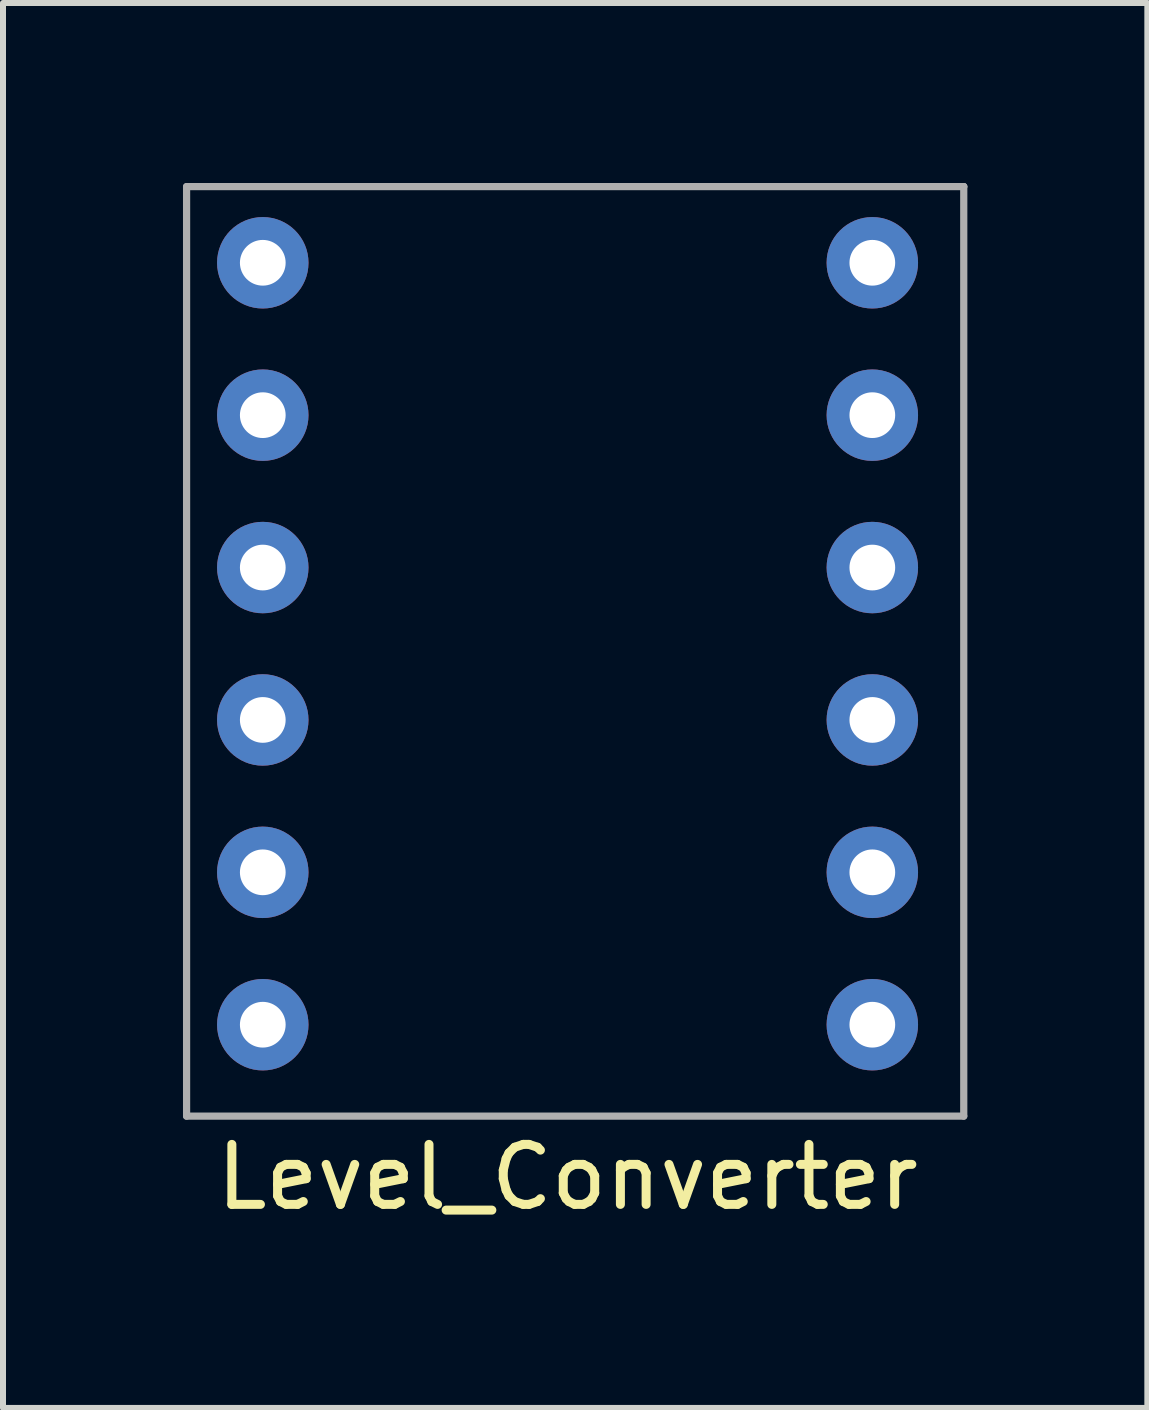
<source format=kicad_pcb>
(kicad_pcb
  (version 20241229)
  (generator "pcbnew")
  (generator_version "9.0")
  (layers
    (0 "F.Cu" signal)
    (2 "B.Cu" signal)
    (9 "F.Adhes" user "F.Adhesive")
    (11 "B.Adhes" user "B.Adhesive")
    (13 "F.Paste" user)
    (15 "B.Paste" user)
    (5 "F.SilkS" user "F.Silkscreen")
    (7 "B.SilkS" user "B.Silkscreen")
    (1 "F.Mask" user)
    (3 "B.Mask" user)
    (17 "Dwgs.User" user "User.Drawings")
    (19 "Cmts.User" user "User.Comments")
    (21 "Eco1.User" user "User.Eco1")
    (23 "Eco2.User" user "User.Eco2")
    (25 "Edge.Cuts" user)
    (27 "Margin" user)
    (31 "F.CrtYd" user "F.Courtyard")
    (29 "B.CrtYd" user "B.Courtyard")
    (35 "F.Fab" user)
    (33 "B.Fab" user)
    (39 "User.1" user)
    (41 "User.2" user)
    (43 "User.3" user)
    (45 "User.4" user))
  (footprint "Level_Converter"
    (layer "F.Cu")
    (at 1.33 1.33)
    (property "Reference" "Level_Converter" (at 5.08 15.24 0) (layer "F.SilkS") (effects (font (size 1 1) (thickness 0.15))))
    (attr through_hole)
    (fp_line (start -1.27 -1.27) (end -1.27 14.224) (stroke (width 0.12) (type solid)) (layer "F.Fab"))
    (fp_line (start -1.27 -1.27) (end 11.684 -1.27) (stroke (width 0.12) (type solid)) (layer "F.Fab"))
    (fp_line (start -1.27 14.224) (end 11.684 14.224) (stroke (width 0.12) (type solid)) (layer "F.Fab"))
    (fp_line (start 11.684 -1.27) (end 11.684 -1.27) (stroke (width 0.12) (type solid)) (layer "F.Fab"))
    (fp_line (start 11.684 14.224) (end 11.684 -1.27) (stroke (width 0.12) (type solid)) (layer "F.Fab"))
    (pad "1" thru_hole circle (at 0 0) (size 1.524 1.524) (drill 0.762) (layers "*.Cu" "*.Mask"))
    (pad "2" thru_hole circle (at 0 2.54) (size 1.524 1.524) (drill 0.762) (layers "*.Cu" "*.Mask"))
    (pad "3" thru_hole circle (at 0 5.08) (size 1.524 1.524) (drill 0.762) (layers "*.Cu" "*.Mask"))
    (pad "4" thru_hole circle (at 0 7.62) (size 1.524 1.524) (drill 0.762) (layers "*.Cu" "*.Mask"))
    (pad "5" thru_hole circle (at 0 10.16) (size 1.524 1.524) (drill 0.762) (layers "*.Cu" "*.Mask"))
    (pad "6" thru_hole circle (at 0 12.7) (size 1.524 1.524) (drill 0.762) (layers "*.Cu" "*.Mask"))
    (pad "7" thru_hole circle (at 10.16 12.7) (size 1.524 1.524) (drill 0.762) (layers "*.Cu" "*.Mask"))
    (pad "8" thru_hole circle (at 10.16 10.16) (size 1.524 1.524) (drill 0.762) (layers "*.Cu" "*.Mask"))
    (pad "9" thru_hole circle (at 10.16 7.62) (size 1.524 1.524) (drill 0.762) (layers "*.Cu" "*.Mask"))
    (pad "10" thru_hole circle (at 10.16 5.08) (size 1.524 1.524) (drill 0.762) (layers "*.Cu" "*.Mask"))
    (pad "11" thru_hole circle (at 10.16 2.54) (size 1.524 1.524) (drill 0.762) (layers "*.Cu" "*.Mask"))
    (pad "12" thru_hole circle (at 10.16 0) (size 1.524 1.524) (drill 0.762) (layers "*.Cu" "*.Mask")))
  (gr_rect
    (start -3 -3)
    (end 16.074 20.418)
    (stroke (width 0.1) (type default))
    (fill no)
    (layer "Edge.Cuts")))
</source>
